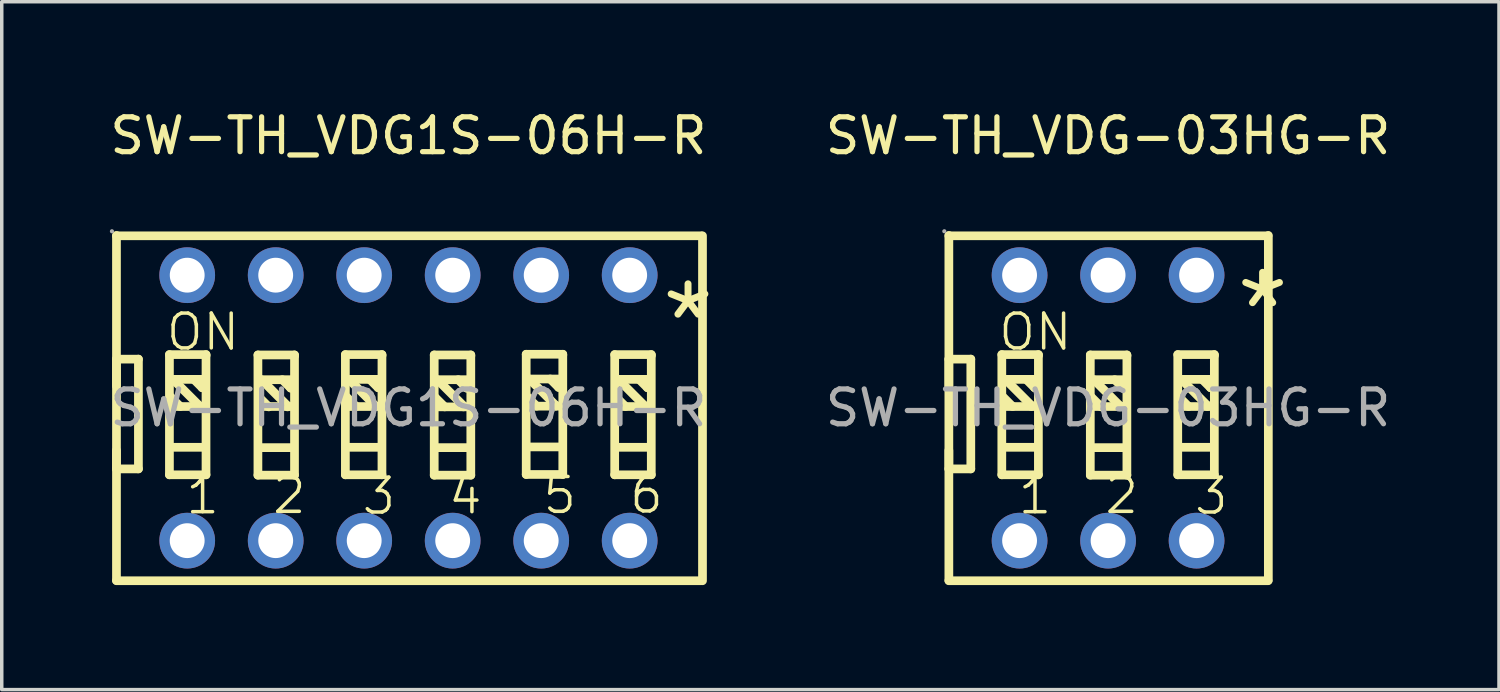
<source format=kicad_pcb>
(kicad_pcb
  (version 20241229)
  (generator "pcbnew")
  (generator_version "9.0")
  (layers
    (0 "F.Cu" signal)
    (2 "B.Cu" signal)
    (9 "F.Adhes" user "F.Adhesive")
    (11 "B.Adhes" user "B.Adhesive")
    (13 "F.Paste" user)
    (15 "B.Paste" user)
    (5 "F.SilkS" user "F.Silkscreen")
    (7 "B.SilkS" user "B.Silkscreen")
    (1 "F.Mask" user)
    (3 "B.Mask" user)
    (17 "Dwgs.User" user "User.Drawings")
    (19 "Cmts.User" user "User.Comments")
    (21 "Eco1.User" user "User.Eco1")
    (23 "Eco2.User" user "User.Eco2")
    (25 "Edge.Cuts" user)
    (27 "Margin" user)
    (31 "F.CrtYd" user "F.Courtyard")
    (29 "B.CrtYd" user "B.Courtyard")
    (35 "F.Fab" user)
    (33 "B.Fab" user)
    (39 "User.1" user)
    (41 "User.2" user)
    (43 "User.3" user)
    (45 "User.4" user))
  (footprint "SW-TH_VDG1S-06H-R"
    (layer "F.Cu")
    (at 8.673 8.658)
    (property "Reference" "SW-TH_VDG1S-06H-R" (at 0 -7.81 0) (layer "F.SilkS") (effects (font (size 1 1) (thickness 0.15))))
    (attr through_hole)
    (fp_line (start -8.38 -4.95) (end -8.38 4.95) (stroke (width 0.25) (type solid)) (layer "F.SilkS"))
    (fp_line (start -8.38 -4.94) (end 8.4 -4.94) (stroke (width 0.25) (type solid)) (layer "F.SilkS"))
    (fp_line (start -8.38 -1.4) (end -7.75 -1.4) (stroke (width 0.25) (type solid)) (layer "F.SilkS"))
    (fp_line (start -8.38 -0.63) (end -8.38 -1.4) (stroke (width 0.25) (type solid)) (layer "F.SilkS"))
    (fp_line (start -8.38 1.75) (end -8.38 1.22) (stroke (width 0.25) (type solid)) (layer "F.SilkS"))
    (fp_line (start -8.38 4.96) (end 8.4 4.96) (stroke (width 0.25) (type solid)) (layer "F.SilkS"))
    (fp_line (start -7.75 -1.4) (end -7.75 1.75) (stroke (width 0.25) (type solid)) (layer "F.SilkS"))
    (fp_line (start -7.75 1.75) (end -8.38 1.75) (stroke (width 0.25) (type solid)) (layer "F.SilkS"))
    (fp_line (start -6.86 -1.53) (end -6.86 1.92) (stroke (width 0.25) (type solid)) (layer "F.SilkS"))
    (fp_line (start -6.86 1.92) (end -5.81 1.92) (stroke (width 0.25) (type solid)) (layer "F.SilkS"))
    (fp_line (start -6.76 -0.82) (end -6.01 -0.07) (stroke (width 0.25) (type solid)) (layer "F.SilkS"))
    (fp_line (start -6.75 -0.04) (end -5.88 -0.04) (stroke (width 0.25) (type solid)) (layer "F.SilkS"))
    (fp_line (start -6.73 -0.82) (end -5.86 -0.82) (stroke (width 0.25) (type solid)) (layer "F.SilkS"))
    (fp_line (start -6.73 1.13) (end -5.86 1.13) (stroke (width 0.25) (type solid)) (layer "F.SilkS"))
    (fp_line (start -6.55 -0.04) (end -6.82 -0.31) (stroke (width 0.25) (type solid)) (layer "F.SilkS"))
    (fp_line (start -6.16 -0.82) (end -5.92 -0.58) (stroke (width 0.25) (type solid)) (layer "F.SilkS"))
    (fp_line (start -6.01 -0.07) (end -6.01 -0.04) (stroke (width 0.25) (type solid)) (layer "F.SilkS"))
    (fp_line (start -5.92 -0.58) (end -5.89 -0.58) (stroke (width 0.25) (type solid)) (layer "F.SilkS"))
    (fp_line (start -5.81 -1.53) (end -6.86 -1.53) (stroke (width 0.25) (type solid)) (layer "F.SilkS"))
    (fp_line (start -5.81 -1.5) (end -5.81 -1.53) (stroke (width 0.25) (type solid)) (layer "F.SilkS"))
    (fp_line (start -5.81 1.92) (end -5.81 -1.5) (stroke (width 0.25) (type solid)) (layer "F.SilkS"))
    (fp_line (start -4.32 -1.52) (end -4.32 1.93) (stroke (width 0.25) (type solid)) (layer "F.SilkS"))
    (fp_line (start -4.32 1.93) (end -3.27 1.93) (stroke (width 0.25) (type solid)) (layer "F.SilkS"))
    (fp_line (start -4.22 -0.81) (end -3.47 -0.06) (stroke (width 0.25) (type solid)) (layer "F.SilkS"))
    (fp_line (start -4.21 -0.04) (end -3.34 -0.04) (stroke (width 0.25) (type solid)) (layer "F.SilkS"))
    (fp_line (start -4.19 -0.81) (end -3.32 -0.81) (stroke (width 0.25) (type solid)) (layer "F.SilkS"))
    (fp_line (start -4.19 1.14) (end -3.32 1.14) (stroke (width 0.25) (type solid)) (layer "F.SilkS"))
    (fp_line (start -4.01 -0.03) (end -4.28 -0.3) (stroke (width 0.25) (type solid)) (layer "F.SilkS"))
    (fp_line (start -3.62 -0.81) (end -3.38 -0.57) (stroke (width 0.25) (type solid)) (layer "F.SilkS"))
    (fp_line (start -3.47 -0.06) (end -3.47 -0.03) (stroke (width 0.25) (type solid)) (layer "F.SilkS"))
    (fp_line (start -3.38 -0.57) (end -3.35 -0.57) (stroke (width 0.25) (type solid)) (layer "F.SilkS"))
    (fp_line (start -3.27 -1.52) (end -4.32 -1.52) (stroke (width 0.25) (type solid)) (layer "F.SilkS"))
    (fp_line (start -3.27 -1.49) (end -3.27 -1.52) (stroke (width 0.25) (type solid)) (layer "F.SilkS"))
    (fp_line (start -3.27 1.93) (end -3.27 -1.49) (stroke (width 0.25) (type solid)) (layer "F.SilkS"))
    (fp_line (start -1.81 -1.53) (end -1.81 1.92) (stroke (width 0.25) (type solid)) (layer "F.SilkS"))
    (fp_line (start -1.81 1.92) (end -0.76 1.92) (stroke (width 0.25) (type solid)) (layer "F.SilkS"))
    (fp_line (start -1.71 -0.82) (end -0.96 -0.07) (stroke (width 0.25) (type solid)) (layer "F.SilkS"))
    (fp_line (start -1.7 -0.04) (end -0.83 -0.04) (stroke (width 0.25) (type solid)) (layer "F.SilkS"))
    (fp_line (start -1.68 -0.82) (end -0.81 -0.82) (stroke (width 0.25) (type solid)) (layer "F.SilkS"))
    (fp_line (start -1.68 1.13) (end -0.81 1.13) (stroke (width 0.25) (type solid)) (layer "F.SilkS"))
    (fp_line (start -1.5 -0.04) (end -1.77 -0.31) (stroke (width 0.25) (type solid)) (layer "F.SilkS"))
    (fp_line (start -1.11 -0.82) (end -0.87 -0.58) (stroke (width 0.25) (type solid)) (layer "F.SilkS"))
    (fp_line (start -0.96 -0.07) (end -0.96 -0.04) (stroke (width 0.25) (type solid)) (layer "F.SilkS"))
    (fp_line (start -0.87 -0.58) (end -0.84 -0.58) (stroke (width 0.25) (type solid)) (layer "F.SilkS"))
    (fp_line (start -0.76 -1.53) (end -1.81 -1.53) (stroke (width 0.25) (type solid)) (layer "F.SilkS"))
    (fp_line (start -0.76 -1.5) (end -0.76 -1.53) (stroke (width 0.25) (type solid)) (layer "F.SilkS"))
    (fp_line (start -0.76 1.92) (end -0.76 -1.5) (stroke (width 0.25) (type solid)) (layer "F.SilkS"))
    (fp_line (start 0.74 -1.52) (end 0.74 1.93) (stroke (width 0.25) (type solid)) (layer "F.SilkS"))
    (fp_line (start 0.74 1.93) (end 1.79 1.93) (stroke (width 0.25) (type solid)) (layer "F.SilkS"))
    (fp_line (start 0.83 -0.81) (end 1.58 -0.06) (stroke (width 0.25) (type solid)) (layer "F.SilkS"))
    (fp_line (start 0.84 -0.03) (end 1.71 -0.03) (stroke (width 0.25) (type solid)) (layer "F.SilkS"))
    (fp_line (start 0.86 -0.81) (end 1.73 -0.81) (stroke (width 0.25) (type solid)) (layer "F.SilkS"))
    (fp_line (start 0.86 1.14) (end 1.73 1.14) (stroke (width 0.25) (type solid)) (layer "F.SilkS"))
    (fp_line (start 1.04 -0.03) (end 0.77 -0.3) (stroke (width 0.25) (type solid)) (layer "F.SilkS"))
    (fp_line (start 1.43 -0.81) (end 1.67 -0.57) (stroke (width 0.25) (type solid)) (layer "F.SilkS"))
    (fp_line (start 1.58 -0.06) (end 1.58 -0.03) (stroke (width 0.25) (type solid)) (layer "F.SilkS"))
    (fp_line (start 1.67 -0.57) (end 1.7 -0.57) (stroke (width 0.25) (type solid)) (layer "F.SilkS"))
    (fp_line (start 1.79 -1.52) (end 0.74 -1.52) (stroke (width 0.25) (type solid)) (layer "F.SilkS"))
    (fp_line (start 1.79 -1.49) (end 1.79 -1.52) (stroke (width 0.25) (type solid)) (layer "F.SilkS"))
    (fp_line (start 1.79 1.93) (end 1.79 -1.49) (stroke (width 0.25) (type solid)) (layer "F.SilkS"))
    (fp_line (start 3.38 -1.54) (end 3.38 1.91) (stroke (width 0.25) (type solid)) (layer "F.SilkS"))
    (fp_line (start 3.38 1.91) (end 4.43 1.91) (stroke (width 0.25) (type solid)) (layer "F.SilkS"))
    (fp_line (start 3.47 -0.83) (end 4.22 -0.08) (stroke (width 0.25) (type solid)) (layer "F.SilkS"))
    (fp_line (start 3.48 -0.05) (end 4.35 -0.05) (stroke (width 0.25) (type solid)) (layer "F.SilkS"))
    (fp_line (start 3.5 -0.83) (end 4.37 -0.83) (stroke (width 0.25) (type solid)) (layer "F.SilkS"))
    (fp_line (start 3.5 1.12) (end 4.37 1.12) (stroke (width 0.25) (type solid)) (layer "F.SilkS"))
    (fp_line (start 3.68 -0.05) (end 3.41 -0.32) (stroke (width 0.25) (type solid)) (layer "F.SilkS"))
    (fp_line (start 4.07 -0.83) (end 4.31 -0.59) (stroke (width 0.25) (type solid)) (layer "F.SilkS"))
    (fp_line (start 4.22 -0.08) (end 4.22 -0.05) (stroke (width 0.25) (type solid)) (layer "F.SilkS"))
    (fp_line (start 4.31 -0.59) (end 4.34 -0.59) (stroke (width 0.25) (type solid)) (layer "F.SilkS"))
    (fp_line (start 4.43 -1.54) (end 3.38 -1.54) (stroke (width 0.25) (type solid)) (layer "F.SilkS"))
    (fp_line (start 4.43 -1.51) (end 4.43 -1.54) (stroke (width 0.25) (type solid)) (layer "F.SilkS"))
    (fp_line (start 4.43 1.91) (end 4.43 -1.51) (stroke (width 0.25) (type solid)) (layer "F.SilkS"))
    (fp_line (start 5.92 -1.53) (end 5.92 1.92) (stroke (width 0.25) (type solid)) (layer "F.SilkS"))
    (fp_line (start 5.92 1.92) (end 6.97 1.92) (stroke (width 0.25) (type solid)) (layer "F.SilkS"))
    (fp_line (start 6.02 -0.82) (end 6.77 -0.07) (stroke (width 0.25) (type solid)) (layer "F.SilkS"))
    (fp_line (start 6.03 -0.04) (end 6.9 -0.04) (stroke (width 0.25) (type solid)) (layer "F.SilkS"))
    (fp_line (start 6.05 -0.82) (end 6.92 -0.82) (stroke (width 0.25) (type solid)) (layer "F.SilkS"))
    (fp_line (start 6.05 1.13) (end 6.92 1.13) (stroke (width 0.25) (type solid)) (layer "F.SilkS"))
    (fp_line (start 6.23 -0.04) (end 5.96 -0.31) (stroke (width 0.25) (type solid)) (layer "F.SilkS"))
    (fp_line (start 6.62 -0.82) (end 6.86 -0.58) (stroke (width 0.25) (type solid)) (layer "F.SilkS"))
    (fp_line (start 6.77 -0.07) (end 6.77 -0.04) (stroke (width 0.25) (type solid)) (layer "F.SilkS"))
    (fp_line (start 6.86 -0.58) (end 6.89 -0.58) (stroke (width 0.25) (type solid)) (layer "F.SilkS"))
    (fp_line (start 6.97 -1.53) (end 5.92 -1.53) (stroke (width 0.25) (type solid)) (layer "F.SilkS"))
    (fp_line (start 6.97 -1.5) (end 6.97 -1.53) (stroke (width 0.25) (type solid)) (layer "F.SilkS"))
    (fp_line (start 6.97 1.92) (end 6.97 -1.5) (stroke (width 0.25) (type solid)) (layer "F.SilkS"))
    (fp_line (start 8.44 -4.94) (end 8.44 4.96) (stroke (width 0.25) (type solid)) (layer "F.SilkS"))
    (fp_circle (center -8.51 -5.07) (end -8.48 -5.07) (stroke (width 0.06) (type solid)) (fill no) (layer "F.Fab"))
    (fp_circle (center -6.35 -3.81) (end -6.15 -3.81) (stroke (width 0.4) (type solid)) (fill no) (layer "F.Fab"))
    (fp_circle (center -6.35 3.81) (end -6.15 3.81) (stroke (width 0.4) (type solid)) (fill no) (layer "F.Fab"))
    (fp_circle (center -3.81 -3.81) (end -3.61 -3.81) (stroke (width 0.4) (type solid)) (fill no) (layer "F.Fab"))
    (fp_circle (center -3.81 3.81) (end -3.61 3.81) (stroke (width 0.4) (type solid)) (fill no) (layer "F.Fab"))
    (fp_circle (center -1.27 -3.81) (end -1.07 -3.81) (stroke (width 0.4) (type solid)) (fill no) (layer "F.Fab"))
    (fp_circle (center -1.27 3.81) (end -1.07 3.81) (stroke (width 0.4) (type solid)) (fill no) (layer "F.Fab"))
    (fp_circle (center 1.27 -3.81) (end 1.47 -3.81) (stroke (width 0.4) (type solid)) (fill no) (layer "F.Fab"))
    (fp_circle (center 1.27 3.81) (end 1.47 3.81) (stroke (width 0.4) (type solid)) (fill no) (layer "F.Fab"))
    (fp_circle (center 3.81 -3.81) (end 4.01 -3.81) (stroke (width 0.4) (type solid)) (fill no) (layer "F.Fab"))
    (fp_circle (center 3.81 3.81) (end 4.01 3.81) (stroke (width 0.4) (type solid)) (fill no) (layer "F.Fab"))
    (fp_circle (center 6.35 -3.81) (end 6.55 -3.81) (stroke (width 0.4) (type solid)) (fill no) (layer "F.Fab"))
    (fp_circle (center 6.35 3.81) (end 6.55 3.81) (stroke (width 0.4) (type solid)) (fill no) (layer "F.Fab"))
    (fp_text user "1" (at -6.45 2.52 0) (layer "F.SilkS") (effects (font (size 1 1) (thickness 0.1)) (justify left)))
    (fp_text user "5" (at 3.8 2.51 0) (layer "F.SilkS") (effects (font (size 1 1) (thickness 0.1)) (justify left)))
    (fp_text user "2" (at -3.96 2.51 0) (layer "F.SilkS") (effects (font (size 1 1) (thickness 0.1)) (justify left)))
    (fp_text user "*" (at 7.12 -2.46 0) (layer "F.SilkS") (effects (font (size 2.03 2.03) (thickness 0.2)) (justify left)))
    (fp_text user "3" (at -1.39 2.53 0) (layer "F.SilkS") (effects (font (size 1 1) (thickness 0.1)) (justify left)))
    (fp_text user "4" (at 1.09 2.52 0) (layer "F.SilkS") (effects (font (size 1 1) (thickness 0.1)) (justify left)))
    (fp_text user "6" (at 6.29 2.5 0) (layer "F.SilkS") (effects (font (size 1 1) (thickness 0.1)) (justify left)))
    (fp_text user "ON" (at -7.01 -2.18 0) (layer "F.SilkS") (effects (font (size 1 1) (thickness 0.1)) (justify left)))
    (fp_text user "${REFERENCE}" (at 0 0 0) (layer "F.Fab") (effects (font (size 1 1) (thickness 0.15))))
    (pad "1" thru_hole circle (at -6.35 -3.81 180) (size 1.6 1.6) (drill 1) (layers "*.Cu" "*.Paste" "*.Mask"))
    (pad "2" thru_hole circle (at -3.81 -3.81 180) (size 1.6 1.6) (drill 1) (layers "*.Cu" "*.Paste" "*.Mask"))
    (pad "3" thru_hole circle (at -1.27 -3.81 180) (size 1.6 1.6) (drill 1) (layers "*.Cu" "*.Paste" "*.Mask"))
    (pad "4" thru_hole circle (at 1.27 -3.81 180) (size 1.6 1.6) (drill 1) (layers "*.Cu" "*.Paste" "*.Mask"))
    (pad "5" thru_hole circle (at 3.81 -3.81 180) (size 1.6 1.6) (drill 1) (layers "*.Cu" "*.Paste" "*.Mask"))
    (pad "6" thru_hole circle (at 6.35 -3.81 180) (size 1.6 1.6) (drill 1) (layers "*.Cu" "*.Paste" "*.Mask"))
    (pad "7" thru_hole circle (at 6.35 3.81 180) (size 1.6 1.6) (drill 1) (layers "*.Cu" "*.Paste" "*.Mask"))
    (pad "8" thru_hole circle (at 3.81 3.81 180) (size 1.6 1.6) (drill 1) (layers "*.Cu" "*.Paste" "*.Mask"))
    (pad "9" thru_hole circle (at 1.27 3.81 180) (size 1.6 1.6) (drill 1) (layers "*.Cu" "*.Paste" "*.Mask"))
    (pad "10" thru_hole circle (at -1.27 3.81 180) (size 1.6 1.6) (drill 1) (layers "*.Cu" "*.Paste" "*.Mask"))
    (pad "11" thru_hole circle (at -3.81 3.81 180) (size 1.6 1.6) (drill 1) (layers "*.Cu" "*.Paste" "*.Mask"))
    (pad "12" thru_hole circle (at -6.35 3.81 180) (size 1.6 1.6) (drill 1) (layers "*.Cu" "*.Paste" "*.Mask")))
  (footprint "SW-TH_VDG-03HG-R"
    (layer "F.Cu")
    (at 28.754 8.658)
    (property "Reference" "SW-TH_VDG-03HG-R" (at 0 -7.81 0) (layer "F.SilkS") (effects (font (size 1 1) (thickness 0.15))))
    (attr through_hole)
    (fp_line (start -4.57 -4.95) (end -4.57 4.95) (stroke (width 0.25) (type solid)) (layer "F.SilkS"))
    (fp_line (start -4.57 -4.94) (end 4.59 -4.94) (stroke (width 0.25) (type solid)) (layer "F.SilkS"))
    (fp_line (start -4.57 -1.4) (end -3.94 -1.4) (stroke (width 0.25) (type solid)) (layer "F.SilkS"))
    (fp_line (start -4.57 -0.64) (end -4.57 -1.4) (stroke (width 0.25) (type solid)) (layer "F.SilkS"))
    (fp_line (start -4.57 1.75) (end -4.57 1.22) (stroke (width 0.25) (type solid)) (layer "F.SilkS"))
    (fp_line (start -4.57 4.96) (end 4.59 4.96) (stroke (width 0.25) (type solid)) (layer "F.SilkS"))
    (fp_line (start -3.94 -1.4) (end -3.94 1.75) (stroke (width 0.25) (type solid)) (layer "F.SilkS"))
    (fp_line (start -3.94 1.75) (end -4.57 1.75) (stroke (width 0.25) (type solid)) (layer "F.SilkS"))
    (fp_line (start -3.05 -1.53) (end -3.05 1.92) (stroke (width 0.25) (type solid)) (layer "F.SilkS"))
    (fp_line (start -3.05 1.92) (end -2 1.92) (stroke (width 0.25) (type solid)) (layer "F.SilkS"))
    (fp_line (start -2.95 -0.82) (end -2.2 -0.07) (stroke (width 0.25) (type solid)) (layer "F.SilkS"))
    (fp_line (start -2.94 -0.04) (end -2.07 -0.04) (stroke (width 0.25) (type solid)) (layer "F.SilkS"))
    (fp_line (start -2.92 -0.82) (end -2.05 -0.82) (stroke (width 0.25) (type solid)) (layer "F.SilkS"))
    (fp_line (start -2.92 1.13) (end -2.05 1.13) (stroke (width 0.25) (type solid)) (layer "F.SilkS"))
    (fp_line (start -2.74 -0.04) (end -3.01 -0.31) (stroke (width 0.25) (type solid)) (layer "F.SilkS"))
    (fp_line (start -2.35 -0.82) (end -2.11 -0.58) (stroke (width 0.25) (type solid)) (layer "F.SilkS"))
    (fp_line (start -2.2 -0.07) (end -2.2 -0.04) (stroke (width 0.25) (type solid)) (layer "F.SilkS"))
    (fp_line (start -2.11 -0.58) (end -2.08 -0.58) (stroke (width 0.25) (type solid)) (layer "F.SilkS"))
    (fp_line (start -2 -1.53) (end -3.05 -1.53) (stroke (width 0.25) (type solid)) (layer "F.SilkS"))
    (fp_line (start -2 -1.5) (end -2 -1.53) (stroke (width 0.25) (type solid)) (layer "F.SilkS"))
    (fp_line (start -2 1.92) (end -2 -1.5) (stroke (width 0.25) (type solid)) (layer "F.SilkS"))
    (fp_line (start -0.51 -1.52) (end -0.51 1.93) (stroke (width 0.25) (type solid)) (layer "F.SilkS"))
    (fp_line (start -0.51 1.93) (end 0.54 1.93) (stroke (width 0.25) (type solid)) (layer "F.SilkS"))
    (fp_line (start -0.41 -0.81) (end 0.34 -0.06) (stroke (width 0.25) (type solid)) (layer "F.SilkS"))
    (fp_line (start -0.4 -0.04) (end 0.47 -0.04) (stroke (width 0.25) (type solid)) (layer "F.SilkS"))
    (fp_line (start -0.38 -0.81) (end 0.49 -0.81) (stroke (width 0.25) (type solid)) (layer "F.SilkS"))
    (fp_line (start -0.38 1.14) (end 0.49 1.14) (stroke (width 0.25) (type solid)) (layer "F.SilkS"))
    (fp_line (start -0.2 -0.03) (end -0.47 -0.3) (stroke (width 0.25) (type solid)) (layer "F.SilkS"))
    (fp_line (start 0.19 -0.81) (end 0.43 -0.57) (stroke (width 0.25) (type solid)) (layer "F.SilkS"))
    (fp_line (start 0.34 -0.06) (end 0.34 -0.03) (stroke (width 0.25) (type solid)) (layer "F.SilkS"))
    (fp_line (start 0.43 -0.57) (end 0.46 -0.57) (stroke (width 0.25) (type solid)) (layer "F.SilkS"))
    (fp_line (start 0.54 -1.52) (end -0.51 -1.52) (stroke (width 0.25) (type solid)) (layer "F.SilkS"))
    (fp_line (start 0.54 -1.49) (end 0.54 -1.52) (stroke (width 0.25) (type solid)) (layer "F.SilkS"))
    (fp_line (start 0.54 1.93) (end 0.54 -1.49) (stroke (width 0.25) (type solid)) (layer "F.SilkS"))
    (fp_line (start 2 -1.53) (end 2 1.92) (stroke (width 0.25) (type solid)) (layer "F.SilkS"))
    (fp_line (start 2 1.92) (end 3.05 1.92) (stroke (width 0.25) (type solid)) (layer "F.SilkS"))
    (fp_line (start 2.1 -0.82) (end 2.85 -0.07) (stroke (width 0.25) (type solid)) (layer "F.SilkS"))
    (fp_line (start 2.11 -0.04) (end 2.98 -0.04) (stroke (width 0.25) (type solid)) (layer "F.SilkS"))
    (fp_line (start 2.13 -0.82) (end 3 -0.82) (stroke (width 0.25) (type solid)) (layer "F.SilkS"))
    (fp_line (start 2.13 1.13) (end 3 1.13) (stroke (width 0.25) (type solid)) (layer "F.SilkS"))
    (fp_line (start 2.31 -0.04) (end 2.04 -0.31) (stroke (width 0.25) (type solid)) (layer "F.SilkS"))
    (fp_line (start 2.7 -0.82) (end 2.94 -0.58) (stroke (width 0.25) (type solid)) (layer "F.SilkS"))
    (fp_line (start 2.85 -0.07) (end 2.85 -0.04) (stroke (width 0.25) (type solid)) (layer "F.SilkS"))
    (fp_line (start 2.94 -0.58) (end 2.97 -0.58) (stroke (width 0.25) (type solid)) (layer "F.SilkS"))
    (fp_line (start 3.05 -1.53) (end 2 -1.53) (stroke (width 0.25) (type solid)) (layer "F.SilkS"))
    (fp_line (start 3.05 -1.5) (end 3.05 -1.53) (stroke (width 0.25) (type solid)) (layer "F.SilkS"))
    (fp_line (start 3.05 1.92) (end 3.05 -1.5) (stroke (width 0.25) (type solid)) (layer "F.SilkS"))
    (fp_line (start 4.6 -4.95) (end 4.6 4.95) (stroke (width 0.25) (type solid)) (layer "F.SilkS"))
    (fp_circle (center -4.7 -5.07) (end -4.67 -5.07) (stroke (width 0.06) (type solid)) (fill no) (layer "F.Fab"))
    (fp_circle (center -2.54 -3.81) (end -2.34 -3.81) (stroke (width 0.4) (type solid)) (fill no) (layer "F.Fab"))
    (fp_circle (center -2.54 3.81) (end -2.34 3.81) (stroke (width 0.4) (type solid)) (fill no) (layer "F.Fab"))
    (fp_circle (center 0 -3.81) (end 0.2 -3.81) (stroke (width 0.4) (type solid)) (fill no) (layer "F.Fab"))
    (fp_circle (center 0 3.81) (end 0.2 3.81) (stroke (width 0.4) (type solid)) (fill no) (layer "F.Fab"))
    (fp_circle (center 2.54 -3.81) (end 2.74 -3.81) (stroke (width 0.4) (type solid)) (fill no) (layer "F.Fab"))
    (fp_circle (center 2.54 3.81) (end 2.74 3.81) (stroke (width 0.4) (type solid)) (fill no) (layer "F.Fab"))
    (fp_text user "3" (at 2.42 2.53 0) (layer "F.SilkS") (effects (font (size 1 1) (thickness 0.1)) (justify left)))
    (fp_text user "2" (at -0.15 2.51 0) (layer "F.SilkS") (effects (font (size 1 1) (thickness 0.1)) (justify left)))
    (fp_text user "ON" (at -3.2 -2.18 0) (layer "F.SilkS") (effects (font (size 1 1) (thickness 0.1)) (justify left)))
    (fp_text user "*" (at 3.53 -2.79 0) (layer "F.SilkS") (effects (font (size 2.03 2.03) (thickness 0.2)) (justify left)))
    (fp_text user "1" (at -2.64 2.52 0) (layer "F.SilkS") (effects (font (size 1 1) (thickness 0.1)) (justify left)))
    (fp_text user "${REFERENCE}" (at 0 0 0) (layer "F.Fab") (effects (font (size 1 1) (thickness 0.15))))
    (pad "1" thru_hole circle (at -2.54 -3.81 180) (size 1.6 1.6) (drill 1) (layers "*.Cu" "*.Paste" "*.Mask"))
    (pad "2" thru_hole circle (at 0 -3.81 180) (size 1.6 1.6) (drill 1) (layers "*.Cu" "*.Paste" "*.Mask"))
    (pad "3" thru_hole circle (at 2.54 -3.81 180) (size 1.6 1.6) (drill 1) (layers "*.Cu" "*.Paste" "*.Mask"))
    (pad "4" thru_hole circle (at 2.54 3.81 180) (size 1.6 1.6) (drill 1) (layers "*.Cu" "*.Paste" "*.Mask"))
    (pad "5" thru_hole circle (at 0 3.81 180) (size 1.6 1.6) (drill 1) (layers "*.Cu" "*.Paste" "*.Mask"))
    (pad "6" thru_hole circle (at -2.54 3.81 180) (size 1.6 1.6) (drill 1) (layers "*.Cu" "*.Paste" "*.Mask")))
  (gr_rect
    (start -3 -3)
    (end 39.974 16.743)
    (stroke (width 0.1) (type default))
    (fill no)
    (layer "Edge.Cuts")))
</source>
